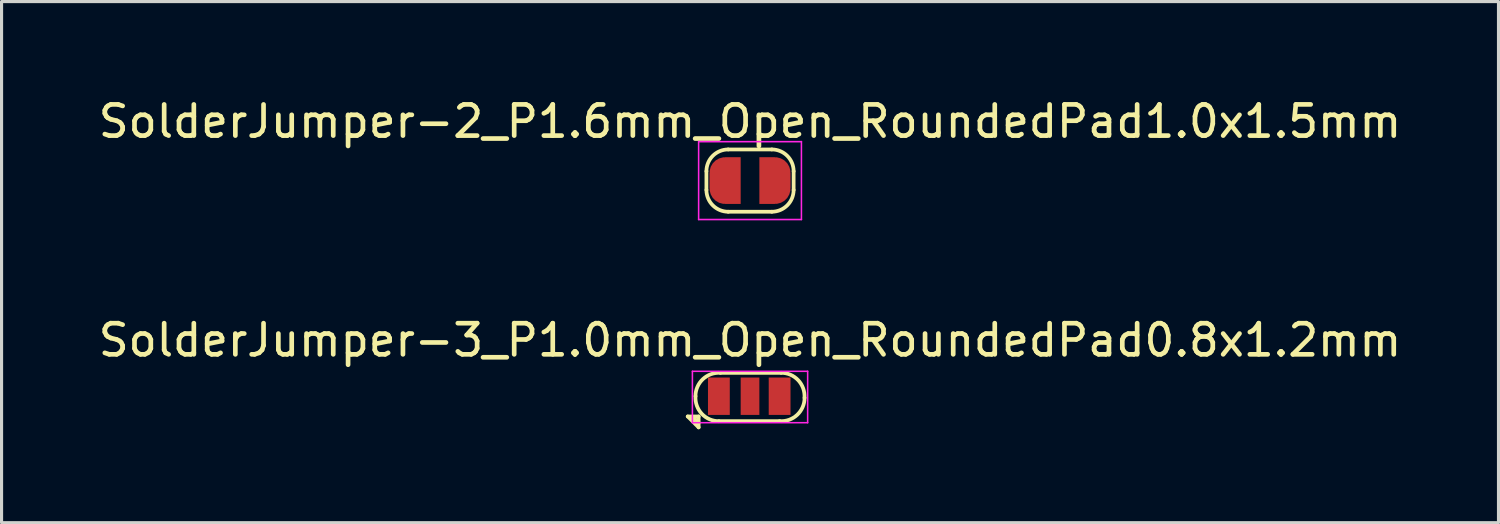
<source format=kicad_pcb>
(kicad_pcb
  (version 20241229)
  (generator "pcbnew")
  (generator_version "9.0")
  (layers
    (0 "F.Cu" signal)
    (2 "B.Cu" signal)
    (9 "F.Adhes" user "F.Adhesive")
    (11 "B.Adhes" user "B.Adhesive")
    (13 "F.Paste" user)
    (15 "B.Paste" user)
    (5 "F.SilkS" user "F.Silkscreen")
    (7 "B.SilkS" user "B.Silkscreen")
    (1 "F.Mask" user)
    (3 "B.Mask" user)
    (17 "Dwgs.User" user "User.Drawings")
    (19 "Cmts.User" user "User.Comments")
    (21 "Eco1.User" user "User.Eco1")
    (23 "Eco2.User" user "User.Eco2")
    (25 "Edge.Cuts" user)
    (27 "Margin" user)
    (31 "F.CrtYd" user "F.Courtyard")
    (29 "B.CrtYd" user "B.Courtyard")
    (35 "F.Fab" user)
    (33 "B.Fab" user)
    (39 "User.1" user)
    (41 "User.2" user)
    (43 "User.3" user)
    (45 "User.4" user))
  (footprint "SolderJumper-2_P1.6mm_Open_RoundedPad1.0x1.5mm"
    (layer "F.Cu")
    (at 21.03 2.748)
    (property "Reference" "SolderJumper-2_P1.6mm_Open_RoundedPad1.0x1.5mm" (at 0 -1.9 0) (layer "F.SilkS") (effects (font (size 1 1) (thickness 0.15))))
    (attr exclude_from_pos_files exclude_from_bom)
    (fp_line (start -1.4 0.3) (end -1.4 -0.3) (stroke (width 0.12) (type solid)) (layer "F.SilkS"))
    (fp_line (start -0.7 -1) (end 0.7 -1) (stroke (width 0.12) (type solid)) (layer "F.SilkS"))
    (fp_line (start 0.7 1) (end -0.7 1) (stroke (width 0.12) (type solid)) (layer "F.SilkS"))
    (fp_line (start 1.4 -0.3) (end 1.4 0.3) (stroke (width 0.12) (type solid)) (layer "F.SilkS"))
    (fp_arc (start -1.4 -0.3) (mid -1.194975 -0.794975) (end -0.7 -1) (stroke (width 0.12) (type solid)) (layer "F.SilkS"))
    (fp_arc (start -0.7 1) (mid -1.194975 0.794975) (end -1.4 0.3) (stroke (width 0.12) (type solid)) (layer "F.SilkS"))
    (fp_arc (start 0.7 -1) (mid 1.194975 -0.794975) (end 1.4 -0.3) (stroke (width 0.12) (type solid)) (layer "F.SilkS"))
    (fp_arc (start 1.4 0.3) (mid 1.194975 0.794975) (end 0.7 1) (stroke (width 0.12) (type solid)) (layer "F.SilkS"))
    (fp_line (start -1.65 -1.25) (end -1.65 1.25) (stroke (width 0.05) (type solid)) (layer "F.CrtYd"))
    (fp_line (start -1.65 -1.25) (end 1.65 -1.25) (stroke (width 0.05) (type solid)) (layer "F.CrtYd"))
    (fp_line (start 1.65 1.25) (end -1.65 1.25) (stroke (width 0.05) (type solid)) (layer "F.CrtYd"))
    (fp_line (start 1.65 1.25) (end 1.65 -1.25) (stroke (width 0.05) (type solid)) (layer "F.CrtYd"))
    (pad "1" smd custom (at -0.8 0) (size 1 0.5) (layers "F.Cu" "F.Mask") (options (anchor rect)) (primitives (gr_circle (center 0 0.25) (end 0.5 0.25) (width 0) (fill yes)) (gr_circle (center 0 -0.25) (end 0.5 -0.25) (width 0) (fill yes)) (gr_poly (pts (xy 0 -0.75) (xy 0.5 -0.75) (xy 0.5 0.75) (xy 0 0.75)) (width 0) (fill yes))))
    (pad "2" smd custom (at 0.8 0) (size 1 0.5) (layers "F.Cu" "F.Mask") (options (anchor rect)) (primitives (gr_circle (center 0 0.25) (end 0.5 0.25) (width 0) (fill yes)) (gr_circle (center 0 -0.25) (end 0.5 -0.25) (width 0) (fill yes)) (gr_poly (pts (xy 0 -0.75) (xy -0.5 -0.75) (xy -0.5 0.75) (xy 0 0.75)) (width 0) (fill yes)))))
  (footprint "SolderJumper-3_P1.0mm_Open_RoundedPad0.8x1.2mm"
    (layer "F.Cu")
    (at 21.03 9.671)
    (property "Reference" "SolderJumper-3_P1.0mm_Open_RoundedPad0.8x1.2mm" (at 0 -1.8 0) (layer "F.SilkS") (effects (font (size 1 1) (thickness 0.15))))
    (attr exclude_from_pos_files exclude_from_bom)
    (fp_line (start -2 0.65) (end -1.65 1) (stroke (width 0.12) (type solid)) (layer "F.SilkS"))
    (fp_line (start -1.8 0.7) (end -1.65 0.85) (stroke (width 0.12) (type solid)) (layer "F.SilkS"))
    (fp_line (start -1.65 0.65) (end -2 0.65) (stroke (width 0.12) (type solid)) (layer "F.SilkS"))
    (fp_line (start -1.65 0.65) (end -1.65 1) (stroke (width 0.12) (type solid)) (layer "F.SilkS"))
    (fp_line (start -0.949 -0.75) (end 0.999 -0.75) (stroke (width 0.12) (type solid)) (layer "F.SilkS"))
    (fp_line (start 0.95 0.8) (end -1 0.8) (stroke (width 0.12) (type solid)) (layer "F.SilkS"))
    (fp_arc (start -1.751664 0.000001) (mid -1.513526 -0.548899) (end -0.950001 -0.749999) (stroke (width 0.12) (type solid)) (layer "F.SilkS"))
    (fp_arc (start -0.999999 0.801664) (mid -1.548899 0.563526) (end -1.749999 0.000001) (stroke (width 0.12) (type solid)) (layer "F.SilkS"))
    (fp_arc (start 0.998533 -0.751666) (mid 1.547433 -0.513528) (end 1.748533 0.049997) (stroke (width 0.12) (type solid)) (layer "F.SilkS"))
    (fp_arc (start 1.751665 0.05) (mid 1.513527 0.5989) (end 0.950002 0.8) (stroke (width 0.12) (type solid)) (layer "F.SilkS"))
    (fp_line (start -1.85 -0.8) (end -1.85 0.85) (stroke (width 0.05) (type solid)) (layer "F.CrtYd"))
    (fp_line (start -1.85 -0.8) (end 1.85 -0.8) (stroke (width 0.05) (type solid)) (layer "F.CrtYd"))
    (fp_line (start 1.85 0.85) (end -1.85 0.85) (stroke (width 0.05) (type solid)) (layer "F.CrtYd"))
    (fp_line (start 1.85 0.85) (end 1.85 -0.8) (stroke (width 0.05) (type solid)) (layer "F.CrtYd"))
    (pad "1" smd rect (at -1 0 180) (size 0.7 1.2) (layers "F.Cu" "F.Mask"))
    (pad "2" smd rect (at 0 0) (size 0.6 1.2) (layers "F.Cu" "F.Mask"))
    (pad "3" smd rect (at 0.95 0 180) (size 0.7 1.2) (layers "F.Cu" "F.Mask")))
  (gr_rect
    (start -3 -3)
    (end 45.06 13.732)
    (stroke (width 0.1) (type default))
    (fill no)
    (layer "Edge.Cuts")))
</source>
